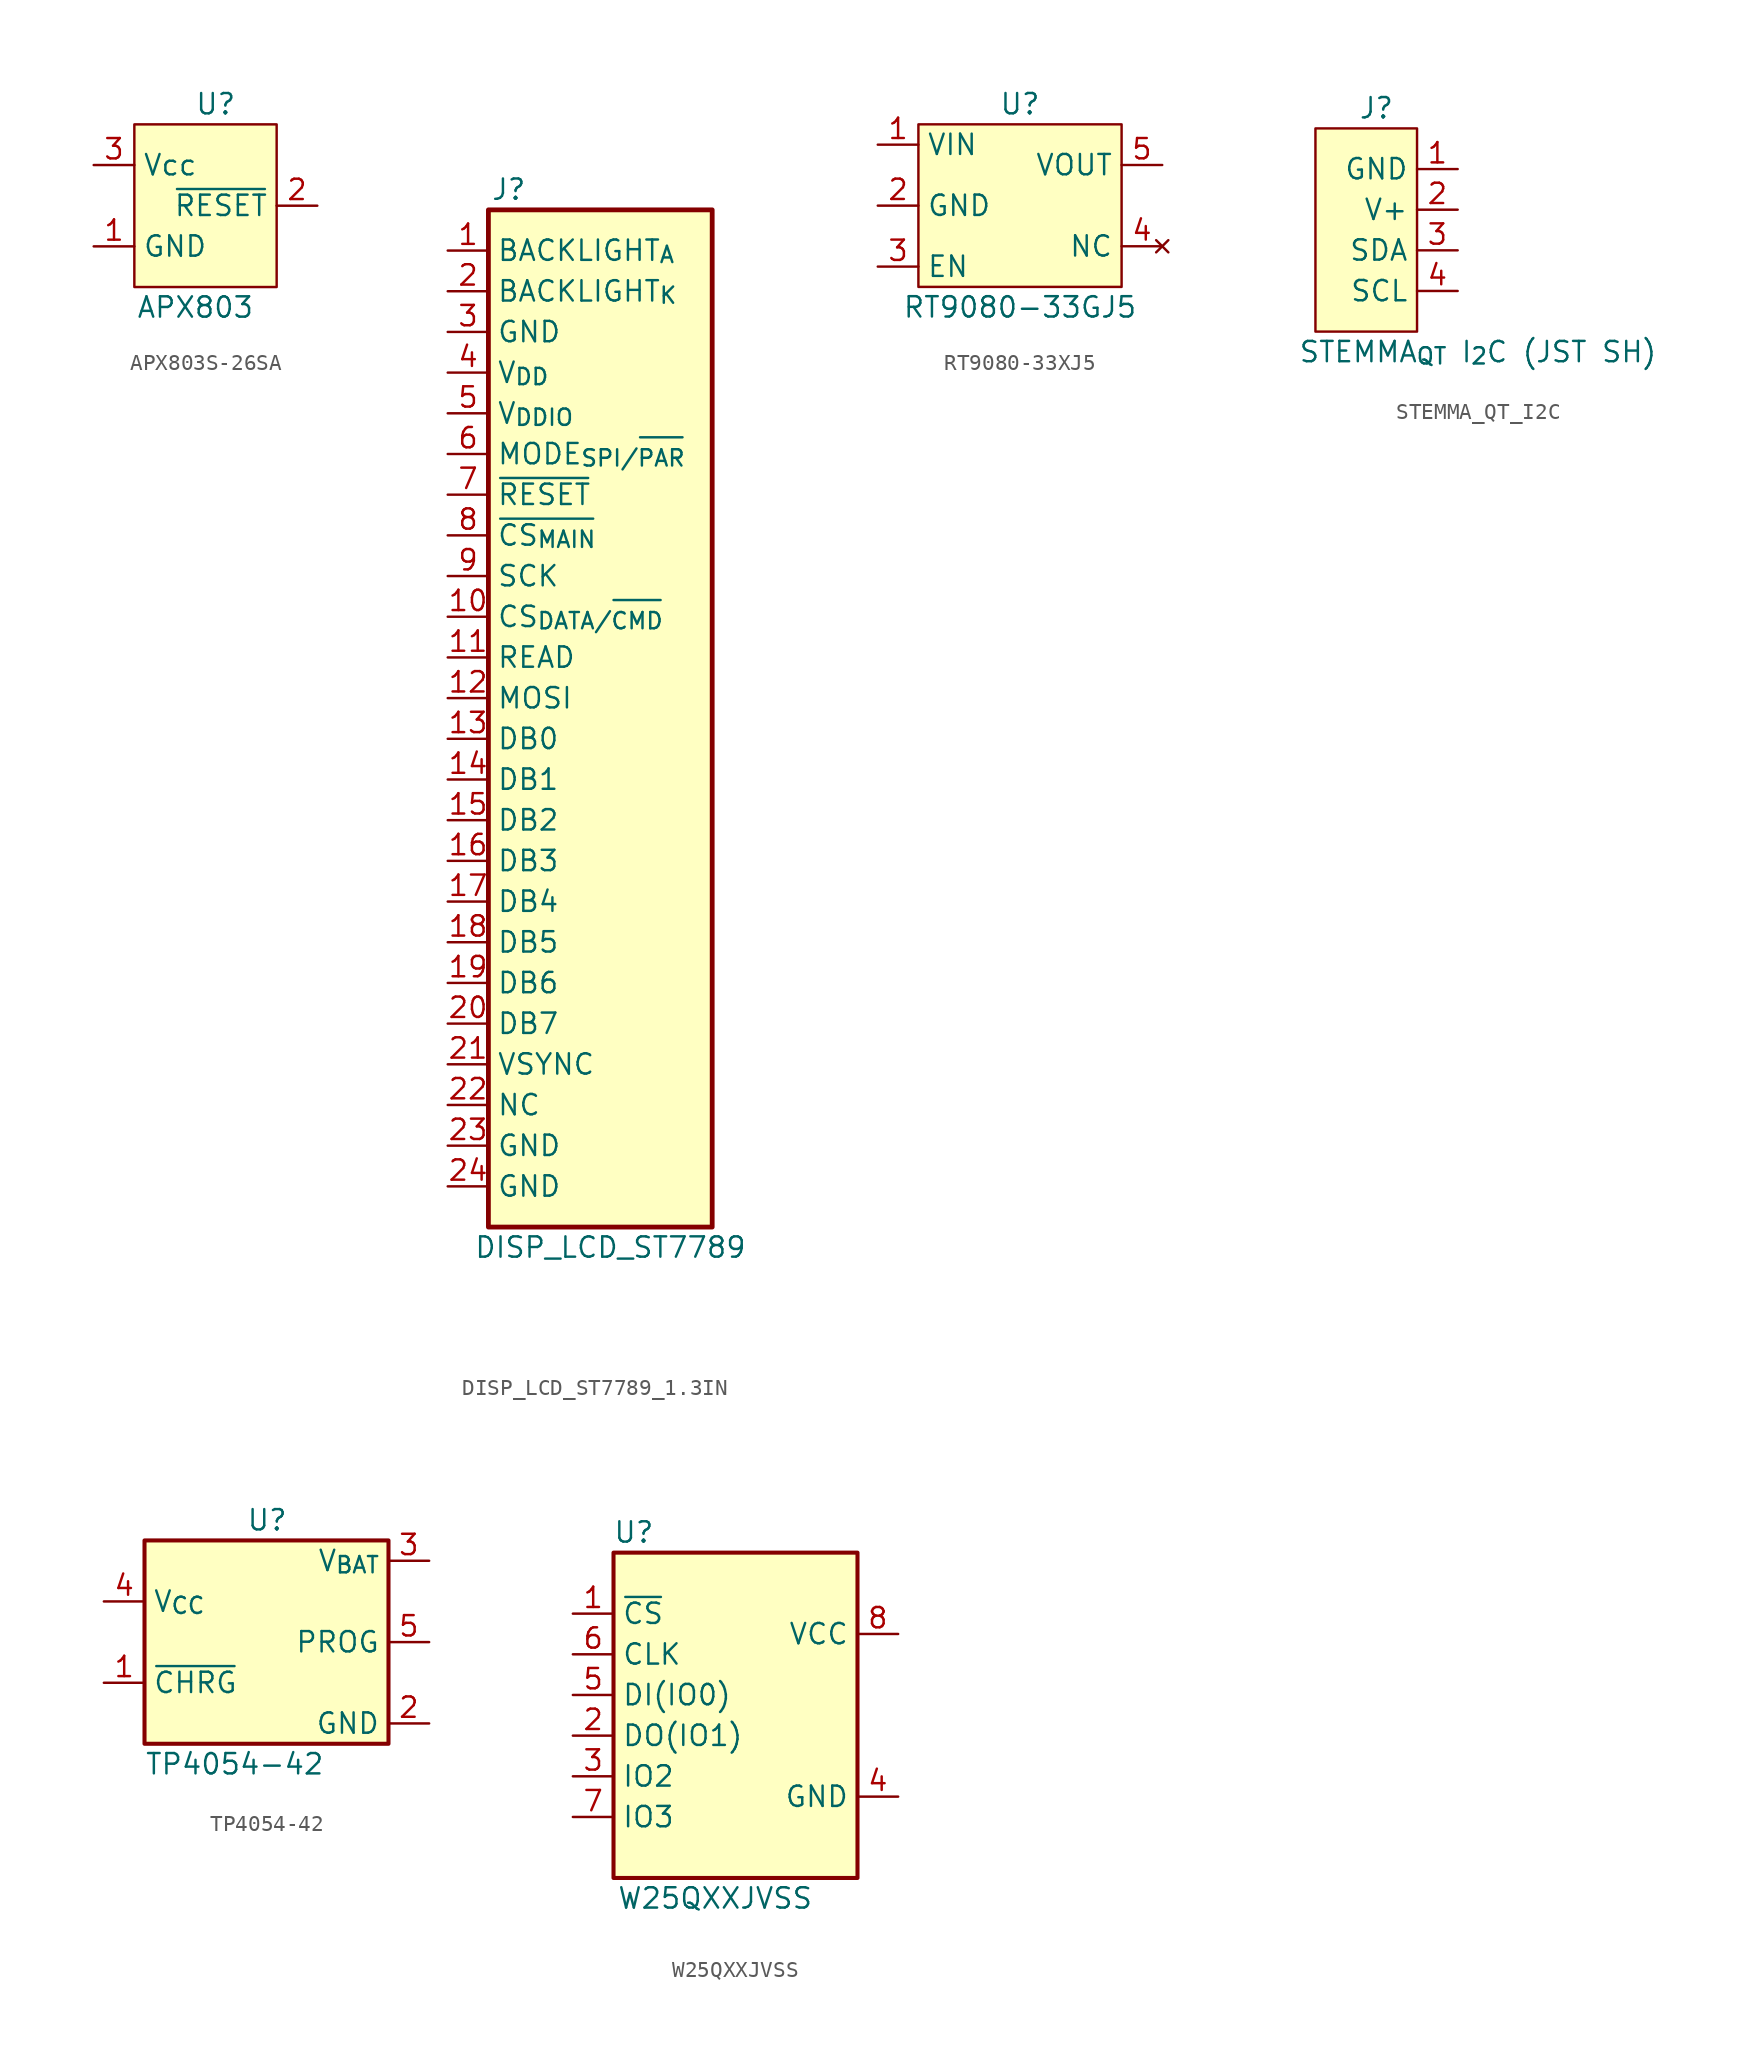
<source format=kicad_sym>
(kicad_symbol_lib
  (version 20220914)
  (generator kicad_symbol_editor)
  (symbol "APX803S-26SA"
    (property "Reference" "U"
      (at 0 6.35 0)
      (effects (font (size 1.27 1.27))))
    (property "Value" "APX803"
      (at -1.27 -6.35 0)
      (effects (font (size 1.27 1.27))))
    (symbol "APX803S-26SA_1_1"
      (rectangle (start -5.08 5.08) (end 3.81 -5.08) (stroke (width 0) (type default)) (fill (type background)))
      (pin power_in line (at -7.62 -2.54 0) (length 2.54) (name "GND" (effects (font (size 1.27 1.27)))) (number "1" (effects (font (size 1.27 1.27)))))
      (pin output line (at 6.35 0 180) (length 2.54) (name "~{RESET}" (effects (font (size 1.27 1.27)))) (number "2" (effects (font (size 1.27 1.27)))))
      (pin power_in line (at -7.62 2.54 0) (length 2.54) (name "Vcc" (effects (font (size 1.27 1.27)))) (number "3" (effects (font (size 1.27 1.27)))))))
  (symbol "DISP_LCD_ST7789_1.3IN"
    (property "Reference" "J"
      (at -3.81 33.02 0)
      (effects (font (size 1.27 1.27))))
    (property "Value" "DISP_LCD_ST7789"
      (at 2.54 -33.02 0)
      (effects (font (size 1.27 1.27))))
    (symbol "DISP_LCD_ST7789_1.3IN_1_1"
      (rectangle (start -5.08 31.75) (end 8.89 -31.75) (stroke (width 0.3) (type default)) (fill (type background)))
      (pin input line (at -7.62 29.21 0) (length 2.54) (name "BACKLIGHT_{A}" (effects (font (size 1.27 1.27)))) (number "1" (effects (font (size 1.27 1.27)))))
      (pin input line (at -7.62 6.35 0) (length 2.54) (name "CS_{DATA/~{CMD}}" (effects (font (size 1.27 1.27)))) (number "10" (effects (font (size 1.27 1.27)))))
      (pin input line (at -7.62 3.81 0) (length 2.54) (name "READ" (effects (font (size 1.27 1.27)))) (number "11" (effects (font (size 1.27 1.27)))))
      (pin input line (at -7.62 1.27 0) (length 2.54) (name "MOSI" (effects (font (size 1.27 1.27)))) (number "12" (effects (font (size 1.27 1.27)))))
      (pin input line (at -7.62 -1.27 0) (length 2.54) (name "DB0" (effects (font (size 1.27 1.27)))) (number "13" (effects (font (size 1.27 1.27)))))
      (pin input line (at -7.62 -3.81 0) (length 2.54) (name "DB1" (effects (font (size 1.27 1.27)))) (number "14" (effects (font (size 1.27 1.27)))))
      (pin input line (at -7.62 -6.35 0) (length 2.54) (name "DB2" (effects (font (size 1.27 1.27)))) (number "15" (effects (font (size 1.27 1.27)))))
      (pin input line (at -7.62 -8.89 0) (length 2.54) (name "DB3" (effects (font (size 1.27 1.27)))) (number "16" (effects (font (size 1.27 1.27)))))
      (pin input line (at -7.62 -11.43 0) (length 2.54) (name "DB4" (effects (font (size 1.27 1.27)))) (number "17" (effects (font (size 1.27 1.27)))))
      (pin input line (at -7.62 -13.97 0) (length 2.54) (name "DB5" (effects (font (size 1.27 1.27)))) (number "18" (effects (font (size 1.27 1.27)))))
      (pin input line (at -7.62 -16.51 0) (length 2.54) (name "DB6" (effects (font (size 1.27 1.27)))) (number "19" (effects (font (size 1.27 1.27)))))
      (pin input line (at -7.62 26.67 0) (length 2.54) (name "BACKLIGHT_{K}" (effects (font (size 1.27 1.27)))) (number "2" (effects (font (size 1.27 1.27)))))
      (pin input line (at -7.62 -19.05 0) (length 2.54) (name "DB7" (effects (font (size 1.27 1.27)))) (number "20" (effects (font (size 1.27 1.27)))))
      (pin input line (at -7.62 -21.59 0) (length 2.54) (name "VSYNC" (effects (font (size 1.27 1.27)))) (number "21" (effects (font (size 1.27 1.27)))))
      (pin input line (at -7.62 -24.13 0) (length 2.54) (name "NC" (effects (font (size 1.27 1.27)))) (number "22" (effects (font (size 1.27 1.27)))))
      (pin input line (at -7.62 -26.67 0) (length 2.54) (name "GND" (effects (font (size 1.27 1.27)))) (number "23" (effects (font (size 1.27 1.27)))))
      (pin input line (at -7.62 -29.21 0) (length 2.54) (name "GND" (effects (font (size 1.27 1.27)))) (number "24" (effects (font (size 1.27 1.27)))))
      (pin passive line (at -7.62 24.13 0) (length 2.54) (name "GND" (effects (font (size 1.27 1.27)))) (number "3" (effects (font (size 1.27 1.27)))))
      (pin power_in line (at -7.62 21.59 0) (length 2.54) (name "V_{DD}" (effects (font (size 1.27 1.27)))) (number "4" (effects (font (size 1.27 1.27)))))
      (pin power_in line (at -7.62 19.05 0) (length 2.54) (name "V_{DDIO}" (effects (font (size 1.27 1.27)))) (number "5" (effects (font (size 1.27 1.27)))))
      (pin input line (at -7.62 16.51 0) (length 2.54) (name "MODE_{SPI/~{PAR}}" (effects (font (size 1.27 1.27)))) (number "6" (effects (font (size 1.27 1.27)))))
      (pin input line (at -7.62 13.97 0) (length 2.54) (name "~{RESET}" (effects (font (size 1.27 1.27)))) (number "7" (effects (font (size 1.27 1.27)))))
      (pin input line (at -7.62 11.43 0) (length 2.54) (name "~{CS_{MAIN}}" (effects (font (size 1.27 1.27)))) (number "8" (effects (font (size 1.27 1.27)))))
      (pin input line (at -7.62 8.89 0) (length 2.54) (name "SCK" (effects (font (size 1.27 1.27)))) (number "9" (effects (font (size 1.27 1.27)))))))
  (symbol "RT9080-33XJ5"
    (property "Reference" "U"
      (at 0 6.35 0)
      (effects (font (size 1.27 1.27))))
    (property "Value" "RT9080-33GJ5"
      (at 0 -6.35 0)
      (effects (font (size 1.27 1.27))))
    (symbol "RT9080-33XJ5_1_1"
      (rectangle (start -6.35 5.08) (end 6.35 -5.08) (stroke (width 0) (type default)) (fill (type background)))
      (pin power_in line (at -8.89 3.81 0) (length 2.54) (name "VIN" (effects (font (size 1.27 1.27)))) (number "1" (effects (font (size 1.27 1.27)))))
      (pin passive line (at -8.89 0 0) (length 2.54) (name "GND" (effects (font (size 1.27 1.27)))) (number "2" (effects (font (size 1.27 1.27)))))
      (pin input line (at -8.89 -3.81 0) (length 2.54) (name "EN" (effects (font (size 1.27 1.27)))) (number "3" (effects (font (size 1.27 1.27)))))
      (pin no_connect line (at 8.89 -2.54 180) (length 2.54) (name "NC" (effects (font (size 1.27 1.27)))) (number "4" (effects (font (size 1.27 1.27)))))
      (pin power_out line (at 8.89 2.54 180) (length 2.54) (name "VOUT" (effects (font (size 1.27 1.27)))) (number "5" (effects (font (size 1.27 1.27)))))))
  (symbol "STEMMA_QT_I2C"
    (property "Reference" "J"
      (at 0 7.62 0)
      (effects (font (size 1.27 1.27))))
    (property "Value" "STEMMA_{QT} I_{2}C (JST SH)"
      (at 6.35 -7.62 0)
      (effects (font (size 1.27 1.27))))
    (symbol "STEMMA_QT_I2C_1_1"
      (rectangle (start -3.81 6.35) (end 2.54 -6.35) (stroke (width 0) (type default)) (fill (type background)))
      (pin passive line (at 5.08 3.81 180) (length 2.54) (name "GND" (effects (font (size 1.27 1.27)))) (number "1" (effects (font (size 1.27 1.27)))))
      (pin passive line (at 5.08 1.27 180) (length 2.54) (name "V+" (effects (font (size 1.27 1.27)))) (number "2" (effects (font (size 1.27 1.27)))))
      (pin bidirectional line (at 5.08 -1.27 180) (length 2.54) (name "SDA" (effects (font (size 1.27 1.27)))) (number "3" (effects (font (size 1.27 1.27)))))
      (pin bidirectional line (at 5.08 -3.81 180) (length 2.54) (name "SCL" (effects (font (size 1.27 1.27)))) (number "4" (effects (font (size 1.27 1.27)))))))
  (symbol "TP4054-42"
    (property "Reference" "U"
      (at -1.27 7.62 0)
      (effects (font (size 1.27 1.27)) (justify left)))
    (property "Value" "TP4054-42"
      (at -7.62 -7.62 0)
      (effects (font (size 1.27 1.27)) (justify left)))
    (symbol "TP4054-42_1_1"
      (rectangle (start -7.62 6.35) (end 7.62 -6.35) (stroke (width 0.254) (type default)) (fill (type background)))
      (pin output line (at -10.16 -2.54 0) (length 2.54) (name "~{CHRG}" (effects (font (size 1.27 1.27)))) (number "1" (effects (font (size 1.27 1.27)))))
      (pin passive line (at 10.16 -5.08 180) (length 2.54) (name "GND" (effects (font (size 1.27 1.27)))) (number "2" (effects (font (size 1.27 1.27)))))
      (pin passive line (at 10.16 5.08 180) (length 2.54) (name "V_{BAT}" (effects (font (size 1.27 1.27)))) (number "3" (effects (font (size 1.27 1.27)))))
      (pin power_in line (at -10.16 2.54 0) (length 2.54) (name "V_{CC}" (effects (font (size 1.27 1.27)))) (number "4" (effects (font (size 1.27 1.27)))))
      (pin input line (at 10.16 0 180) (length 2.54) (name "PROG" (effects (font (size 1.27 1.27)))) (number "5" (effects (font (size 1.27 1.27)))))))
  (symbol "W25QXXJVSS"
    (property "Reference" "U"
      (at -6.35 11.43 0)
      (effects (font (size 1.27 1.27))))
    (property "Value" "W25QXXJVSS"
      (at -1.27 -11.43 0)
      (effects (font (size 1.27 1.27))))
    (symbol "W25QXXJVSS_0_1"
      (rectangle (start -7.62 10.16) (end 7.62 -10.16) (stroke (width 0.254) (type default)) (fill (type background))))
    (symbol "W25QXXJVSS_1_1"
      (pin input line (at -10.16 6.35 0) (length 2.54) (name "~{CS}" (effects (font (size 1.27 1.27)))) (number "1" (effects (font (size 1.27 1.27)))))
      (pin bidirectional line (at -10.16 -1.27 0) (length 2.54) (name "DO(IO1)" (effects (font (size 1.27 1.27)))) (number "2" (effects (font (size 1.27 1.27)))))
      (pin bidirectional line (at -10.16 -3.81 0) (length 2.54) (name "IO2" (effects (font (size 1.27 1.27)))) (number "3" (effects (font (size 1.27 1.27)))))
      (pin passive line (at 10.16 -5.08 180) (length 2.54) (name "GND" (effects (font (size 1.27 1.27)))) (number "4" (effects (font (size 1.27 1.27)))))
      (pin bidirectional line (at -10.16 1.27 0) (length 2.54) (name "DI(IO0)" (effects (font (size 1.27 1.27)))) (number "5" (effects (font (size 1.27 1.27)))))
      (pin input line (at -10.16 3.81 0) (length 2.54) (name "CLK" (effects (font (size 1.27 1.27)))) (number "6" (effects (font (size 1.27 1.27)))))
      (pin bidirectional line (at -10.16 -6.35 0) (length 2.54) (name "IO3" (effects (font (size 1.27 1.27)))) (number "7" (effects (font (size 1.27 1.27)))))
      (pin power_in line (at 10.16 5.08 180) (length 2.54) (name "VCC" (effects (font (size 1.27 1.27)))) (number "8" (effects (font (size 1.27 1.27))))))))
</source>
